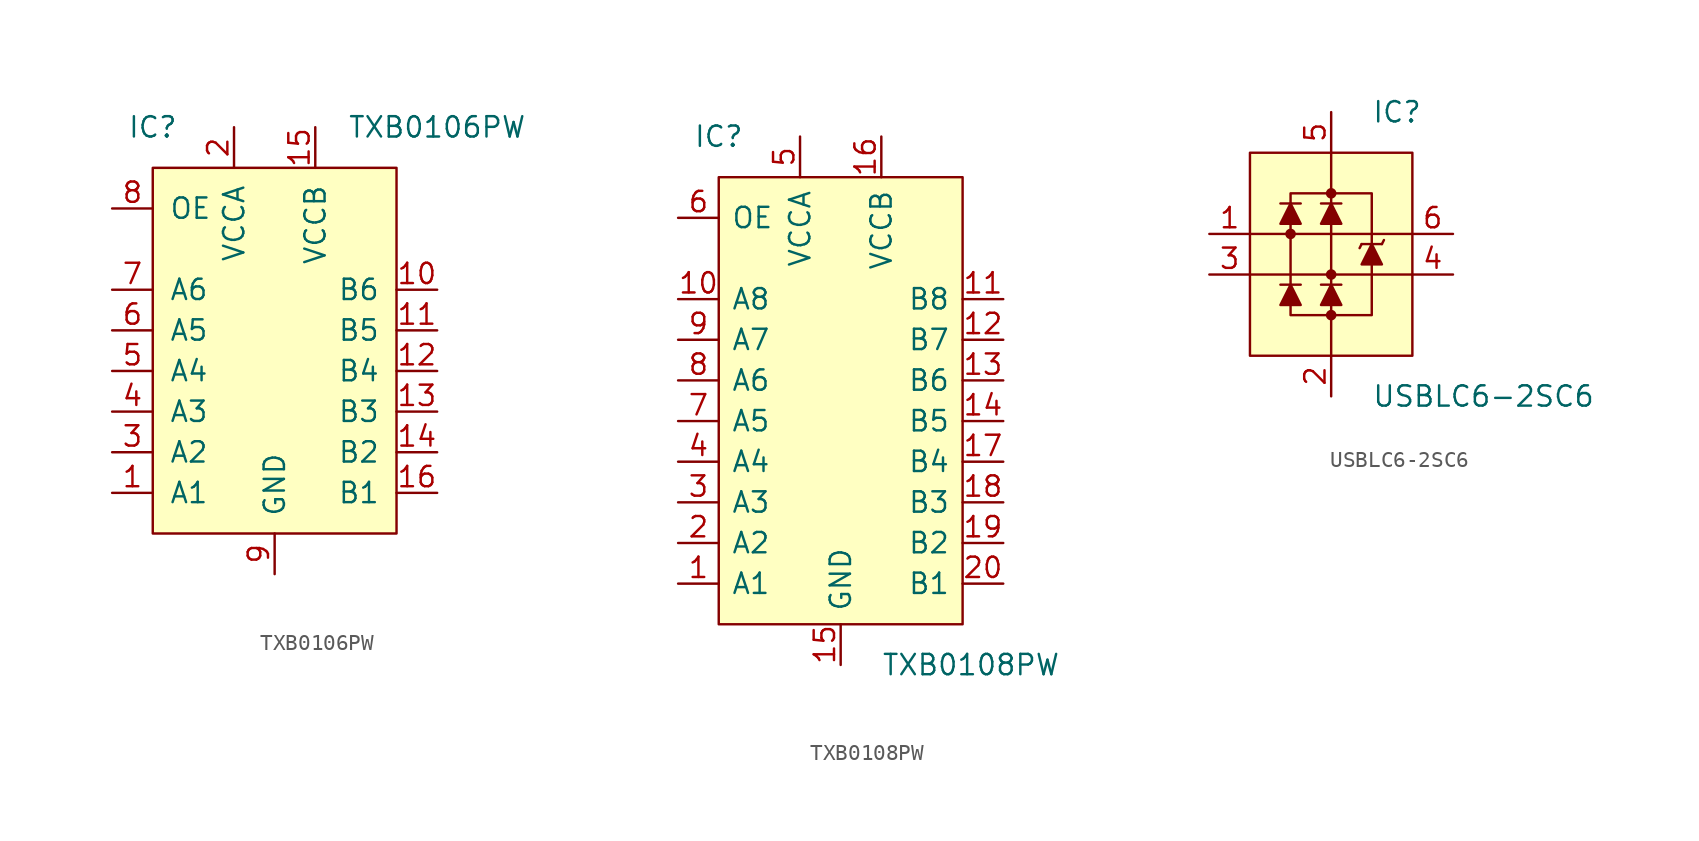
<source format=kicad_sym>
(kicad_symbol_lib
  (version 20220914)
  (generator kicad_symbol_editor)
  (symbol "TXB0106PW"
    (pin_names
      (offset 1.016))
    (property "Reference" "IC"
      (at -7.62 15.24 0)
      (effects (font (size 1.27 1.27))))
    (property "Value" "TXB0106PW"
      (at 10.16 15.24 0)
      (effects (font (size 1.27 1.27))))
    (symbol "TXB0106PW_0_1"
      (rectangle (start -7.62 12.7) (end 7.62 -10.16) (stroke (width 0.152) (type default)) (fill (type background))))
    (symbol "TXB0106PW_1_1"
      (pin bidirectional line (at -10.16 -7.62 0) (length 2.54) (name "A1" (effects (font (size 1.27 1.27)))) (number "1" (effects (font (size 1.27 1.27)))))
      (pin bidirectional line (at 10.16 5.08 180) (length 2.54) (name "B6" (effects (font (size 1.27 1.27)))) (number "10" (effects (font (size 1.27 1.27)))))
      (pin bidirectional line (at 10.16 2.54 180) (length 2.54) (name "B5" (effects (font (size 1.27 1.27)))) (number "11" (effects (font (size 1.27 1.27)))))
      (pin bidirectional line (at 10.16 0 180) (length 2.54) (name "B4" (effects (font (size 1.27 1.27)))) (number "12" (effects (font (size 1.27 1.27)))))
      (pin bidirectional line (at 10.16 -2.54 180) (length 2.54) (name "B3" (effects (font (size 1.27 1.27)))) (number "13" (effects (font (size 1.27 1.27)))))
      (pin bidirectional line (at 10.16 -5.08 180) (length 2.54) (name "B2" (effects (font (size 1.27 1.27)))) (number "14" (effects (font (size 1.27 1.27)))))
      (pin power_in line (at 2.54 15.24 270) (length 2.54) (name "VCCB" (effects (font (size 1.27 1.27)))) (number "15" (effects (font (size 1.27 1.27)))))
      (pin bidirectional line (at 10.16 -7.62 180) (length 2.54) (name "B1" (effects (font (size 1.27 1.27)))) (number "16" (effects (font (size 1.27 1.27)))))
      (pin power_in line (at -2.54 15.24 270) (length 2.54) (name "VCCA" (effects (font (size 1.27 1.27)))) (number "2" (effects (font (size 1.27 1.27)))))
      (pin bidirectional line (at -10.16 -5.08 0) (length 2.54) (name "A2" (effects (font (size 1.27 1.27)))) (number "3" (effects (font (size 1.27 1.27)))))
      (pin bidirectional line (at -10.16 -2.54 0) (length 2.54) (name "A3" (effects (font (size 1.27 1.27)))) (number "4" (effects (font (size 1.27 1.27)))))
      (pin bidirectional line (at -10.16 0 0) (length 2.54) (name "A4" (effects (font (size 1.27 1.27)))) (number "5" (effects (font (size 1.27 1.27)))))
      (pin bidirectional line (at -10.16 2.54 0) (length 2.54) (name "A5" (effects (font (size 1.27 1.27)))) (number "6" (effects (font (size 1.27 1.27)))))
      (pin bidirectional line (at -10.16 5.08 0) (length 2.54) (name "A6" (effects (font (size 1.27 1.27)))) (number "7" (effects (font (size 1.27 1.27)))))
      (pin input line (at -10.16 10.16 0) (length 2.54) (name "OE" (effects (font (size 1.27 1.27)))) (number "8" (effects (font (size 1.27 1.27)))))
      (pin power_in line (at 0 -12.7 90) (length 2.54) (name "GND" (effects (font (size 1.27 1.27)))) (number "9" (effects (font (size 1.27 1.27)))))))
  (symbol "TXB0108PW"
    (pin_names
      (offset 0.762))
    (property "Reference" "IC"
      (at -7.62 15.24 0)
      (effects (font (size 1.27 1.27))))
    (property "Value" "TXB0108PW"
      (at 2.54 -17.78 0)
      (effects (font (size 1.27 1.27)) (justify left)))
    (symbol "TXB0108PW_0_1"
      (rectangle (start -7.62 12.7) (end 7.62 -15.24) (stroke (width 0.152) (type default)) (fill (type background))))
    (symbol "TXB0108PW_1_1"
      (pin bidirectional line (at -10.16 -12.7 0) (length 2.54) (name "A1" (effects (font (size 1.27 1.27)))) (number "1" (effects (font (size 1.27 1.27)))))
      (pin bidirectional line (at -10.16 5.08 0) (length 2.54) (name "A8" (effects (font (size 1.27 1.27)))) (number "10" (effects (font (size 1.27 1.27)))))
      (pin bidirectional line (at 10.16 5.08 180) (length 2.54) (name "B8" (effects (font (size 1.27 1.27)))) (number "11" (effects (font (size 1.27 1.27)))))
      (pin bidirectional line (at 10.16 2.54 180) (length 2.54) (name "B7" (effects (font (size 1.27 1.27)))) (number "12" (effects (font (size 1.27 1.27)))))
      (pin bidirectional line (at 10.16 0 180) (length 2.54) (name "B6" (effects (font (size 1.27 1.27)))) (number "13" (effects (font (size 1.27 1.27)))))
      (pin bidirectional line (at 10.16 -2.54 180) (length 2.54) (name "B5" (effects (font (size 1.27 1.27)))) (number "14" (effects (font (size 1.27 1.27)))))
      (pin power_in line (at 0 -17.78 90) (length 2.54) (name "GND" (effects (font (size 1.27 1.27)))) (number "15" (effects (font (size 1.27 1.27)))))
      (pin power_in line (at 2.54 15.24 270) (length 2.54) (name "VCCB" (effects (font (size 1.27 1.27)))) (number "16" (effects (font (size 1.27 1.27)))))
      (pin bidirectional line (at 10.16 -5.08 180) (length 2.54) (name "B4" (effects (font (size 1.27 1.27)))) (number "17" (effects (font (size 1.27 1.27)))))
      (pin bidirectional line (at 10.16 -7.62 180) (length 2.54) (name "B3" (effects (font (size 1.27 1.27)))) (number "18" (effects (font (size 1.27 1.27)))))
      (pin bidirectional line (at 10.16 -10.16 180) (length 2.54) (name "B2" (effects (font (size 1.27 1.27)))) (number "19" (effects (font (size 1.27 1.27)))))
      (pin bidirectional line (at -10.16 -10.16 0) (length 2.54) (name "A2" (effects (font (size 1.27 1.27)))) (number "2" (effects (font (size 1.27 1.27)))))
      (pin bidirectional line (at 10.16 -12.7 180) (length 2.54) (name "B1" (effects (font (size 1.27 1.27)))) (number "20" (effects (font (size 1.27 1.27)))))
      (pin bidirectional line (at -10.16 -7.62 0) (length 2.54) (name "A3" (effects (font (size 1.27 1.27)))) (number "3" (effects (font (size 1.27 1.27)))))
      (pin bidirectional line (at -10.16 -5.08 0) (length 2.54) (name "A4" (effects (font (size 1.27 1.27)))) (number "4" (effects (font (size 1.27 1.27)))))
      (pin power_in line (at -2.54 15.24 270) (length 2.54) (name "VCCA" (effects (font (size 1.27 1.27)))) (number "5" (effects (font (size 1.27 1.27)))))
      (pin input line (at -10.16 10.16 0) (length 2.54) (name "OE" (effects (font (size 1.27 1.27)))) (number "6" (effects (font (size 1.27 1.27)))))
      (pin bidirectional line (at -10.16 -2.54 0) (length 2.54) (name "A5" (effects (font (size 1.27 1.27)))) (number "7" (effects (font (size 1.27 1.27)))))
      (pin bidirectional line (at -10.16 0 0) (length 2.54) (name "A6" (effects (font (size 1.27 1.27)))) (number "8" (effects (font (size 1.27 1.27)))))
      (pin bidirectional line (at -10.16 2.54 0) (length 2.54) (name "A7" (effects (font (size 1.27 1.27)))) (number "9" (effects (font (size 1.27 1.27)))))))
  (symbol "USBLC6-2SC6"
    (pin_names hide)
    (property "Reference" "IC"
      (at 2.54 7.62 0)
      (effects (font (size 1.27 1.27)) (justify left)))
    (property "Value" "USBLC6-2SC6"
      (at 2.54 -10.16 0)
      (effects (font (size 1.27 1.27)) (justify left)))
    (symbol "USBLC6-2SC6_0_1"
      (rectangle (start -5.08 5.08) (end 5.08 -7.62) (stroke (width 0.152) (type default)) (fill (type background)))
      (polyline (pts (xy -5.08 -2.54) (xy 5.08 -2.54)) (stroke (width 0) (type default)) (fill (type none)))
      (polyline (pts (xy -3.175 -3.175) (xy -1.905 -3.175)) (stroke (width 0) (type default)) (fill (type none)))
      (polyline (pts (xy -3.175 1.905) (xy -1.905 1.905)) (stroke (width 0) (type default)) (fill (type none)))
      (polyline (pts (xy -2.54 -3.175) (xy -2.54 0.635)) (stroke (width 0) (type default)) (fill (type none)))
      (polyline (pts (xy -0.635 -3.175) (xy 0.635 -3.175)) (stroke (width 0) (type default)) (fill (type none)))
      (polyline (pts (xy -0.635 1.905) (xy 0.635 1.905)) (stroke (width 0) (type default)) (fill (type none)))
      (polyline (pts (xy 0 -7.62) (xy 0 -5.08)) (stroke (width 0) (type default)) (fill (type none)))
      (polyline (pts (xy 0 -5.08) (xy 0 -4.445)) (stroke (width 0) (type default)) (fill (type none)))
      (polyline (pts (xy 0 -3.175) (xy 0 0.635)) (stroke (width 0) (type default)) (fill (type none)))
      (polyline (pts (xy 0 1.905) (xy 0 2.54)) (stroke (width 0) (type default)) (fill (type none)))
      (polyline (pts (xy 0 2.54) (xy 0 5.08)) (stroke (width 0) (type default)) (fill (type none)))
      (polyline (pts (xy 1.905 -0.635) (xy 1.778 -0.889)) (stroke (width 0) (type default)) (fill (type none)))
      (polyline (pts (xy 1.905 -0.635) (xy 3.175 -0.635)) (stroke (width 0) (type default)) (fill (type none)))
      (polyline (pts (xy 3.175 -0.635) (xy 3.302 -0.381)) (stroke (width 0) (type default)) (fill (type none)))
      (polyline (pts (xy 5.08 0) (xy -5.08 0)) (stroke (width 0) (type default)) (fill (type none)))
      (polyline (pts (xy -2.54 1.905) (xy -2.54 2.54) (xy 0 2.54)) (stroke (width 0) (type default)) (fill (type none)))
      (polyline (pts (xy 0 -5.08) (xy -2.54 -5.08) (xy -2.54 -4.445)) (stroke (width 0) (type default)) (fill (type none)))
      (polyline (pts (xy 2.54 -1.905) (xy 2.54 -5.08) (xy 0 -5.08)) (stroke (width 0) (type default)) (fill (type none)))
      (polyline (pts (xy 2.54 -0.635) (xy 2.54 2.54) (xy 0 2.54)) (stroke (width 0) (type default)) (fill (type none)))
      (polyline (pts (xy -3.175 -4.445) (xy -1.905 -4.445) (xy -2.54 -3.175) (xy -3.175 -4.445)) (stroke (width 0) (type default)) (fill (type outline)))
      (polyline (pts (xy -3.175 0.635) (xy -1.905 0.635) (xy -2.54 1.905) (xy -3.175 0.635)) (stroke (width 0) (type default)) (fill (type outline)))
      (polyline (pts (xy -0.635 -4.445) (xy 0.635 -4.445) (xy 0 -3.175) (xy -0.635 -4.445)) (stroke (width 0) (type default)) (fill (type outline)))
      (polyline (pts (xy -0.635 0.635) (xy 0.635 0.635) (xy 0 1.905) (xy -0.635 0.635)) (stroke (width 0) (type default)) (fill (type outline)))
      (polyline (pts (xy 1.905 -1.905) (xy 3.175 -1.905) (xy 2.54 -0.635) (xy 1.905 -1.905)) (stroke (width 0) (type default)) (fill (type outline)))
      (circle (center 0 2.54) (radius 0.254) (stroke (width 0) (type default)) (fill (type outline))))
    (symbol "USBLC6-2SC6_1_1"
      (circle (center -2.54 0) (radius 0.254) (stroke (width 0) (type default)) (fill (type outline)))
      (circle (center 0 -5.08) (radius 0.254) (stroke (width 0) (type default)) (fill (type outline)))
      (circle (center 0 -2.54) (radius 0.254) (stroke (width 0) (type default)) (fill (type outline)))
      (pin passive line (at -7.62 0 0) (length 2.54) (name "IO1" (effects (font (size 1.27 1.27)))) (number "1" (effects (font (size 1.27 1.27)))))
      (pin power_in line (at 0 -10.16 90) (length 2.54) (name "GND" (effects (font (size 1.27 1.27)))) (number "2" (effects (font (size 1.27 1.27)))))
      (pin passive line (at -7.62 -2.54 0) (length 2.54) (name "IO2" (effects (font (size 1.27 1.27)))) (number "3" (effects (font (size 1.27 1.27)))))
      (pin passive line (at 7.62 -2.54 180) (length 2.54) (name "IO2" (effects (font (size 1.27 1.27)))) (number "4" (effects (font (size 1.27 1.27)))))
      (pin power_in line (at 0 7.62 270) (length 2.54) (name "VBUS" (effects (font (size 1.27 1.27)))) (number "5" (effects (font (size 1.27 1.27)))))
      (pin passive line (at 7.62 0 180) (length 2.54) (name "IO1" (effects (font (size 1.27 1.27)))) (number "6" (effects (font (size 1.27 1.27))))))))
</source>
